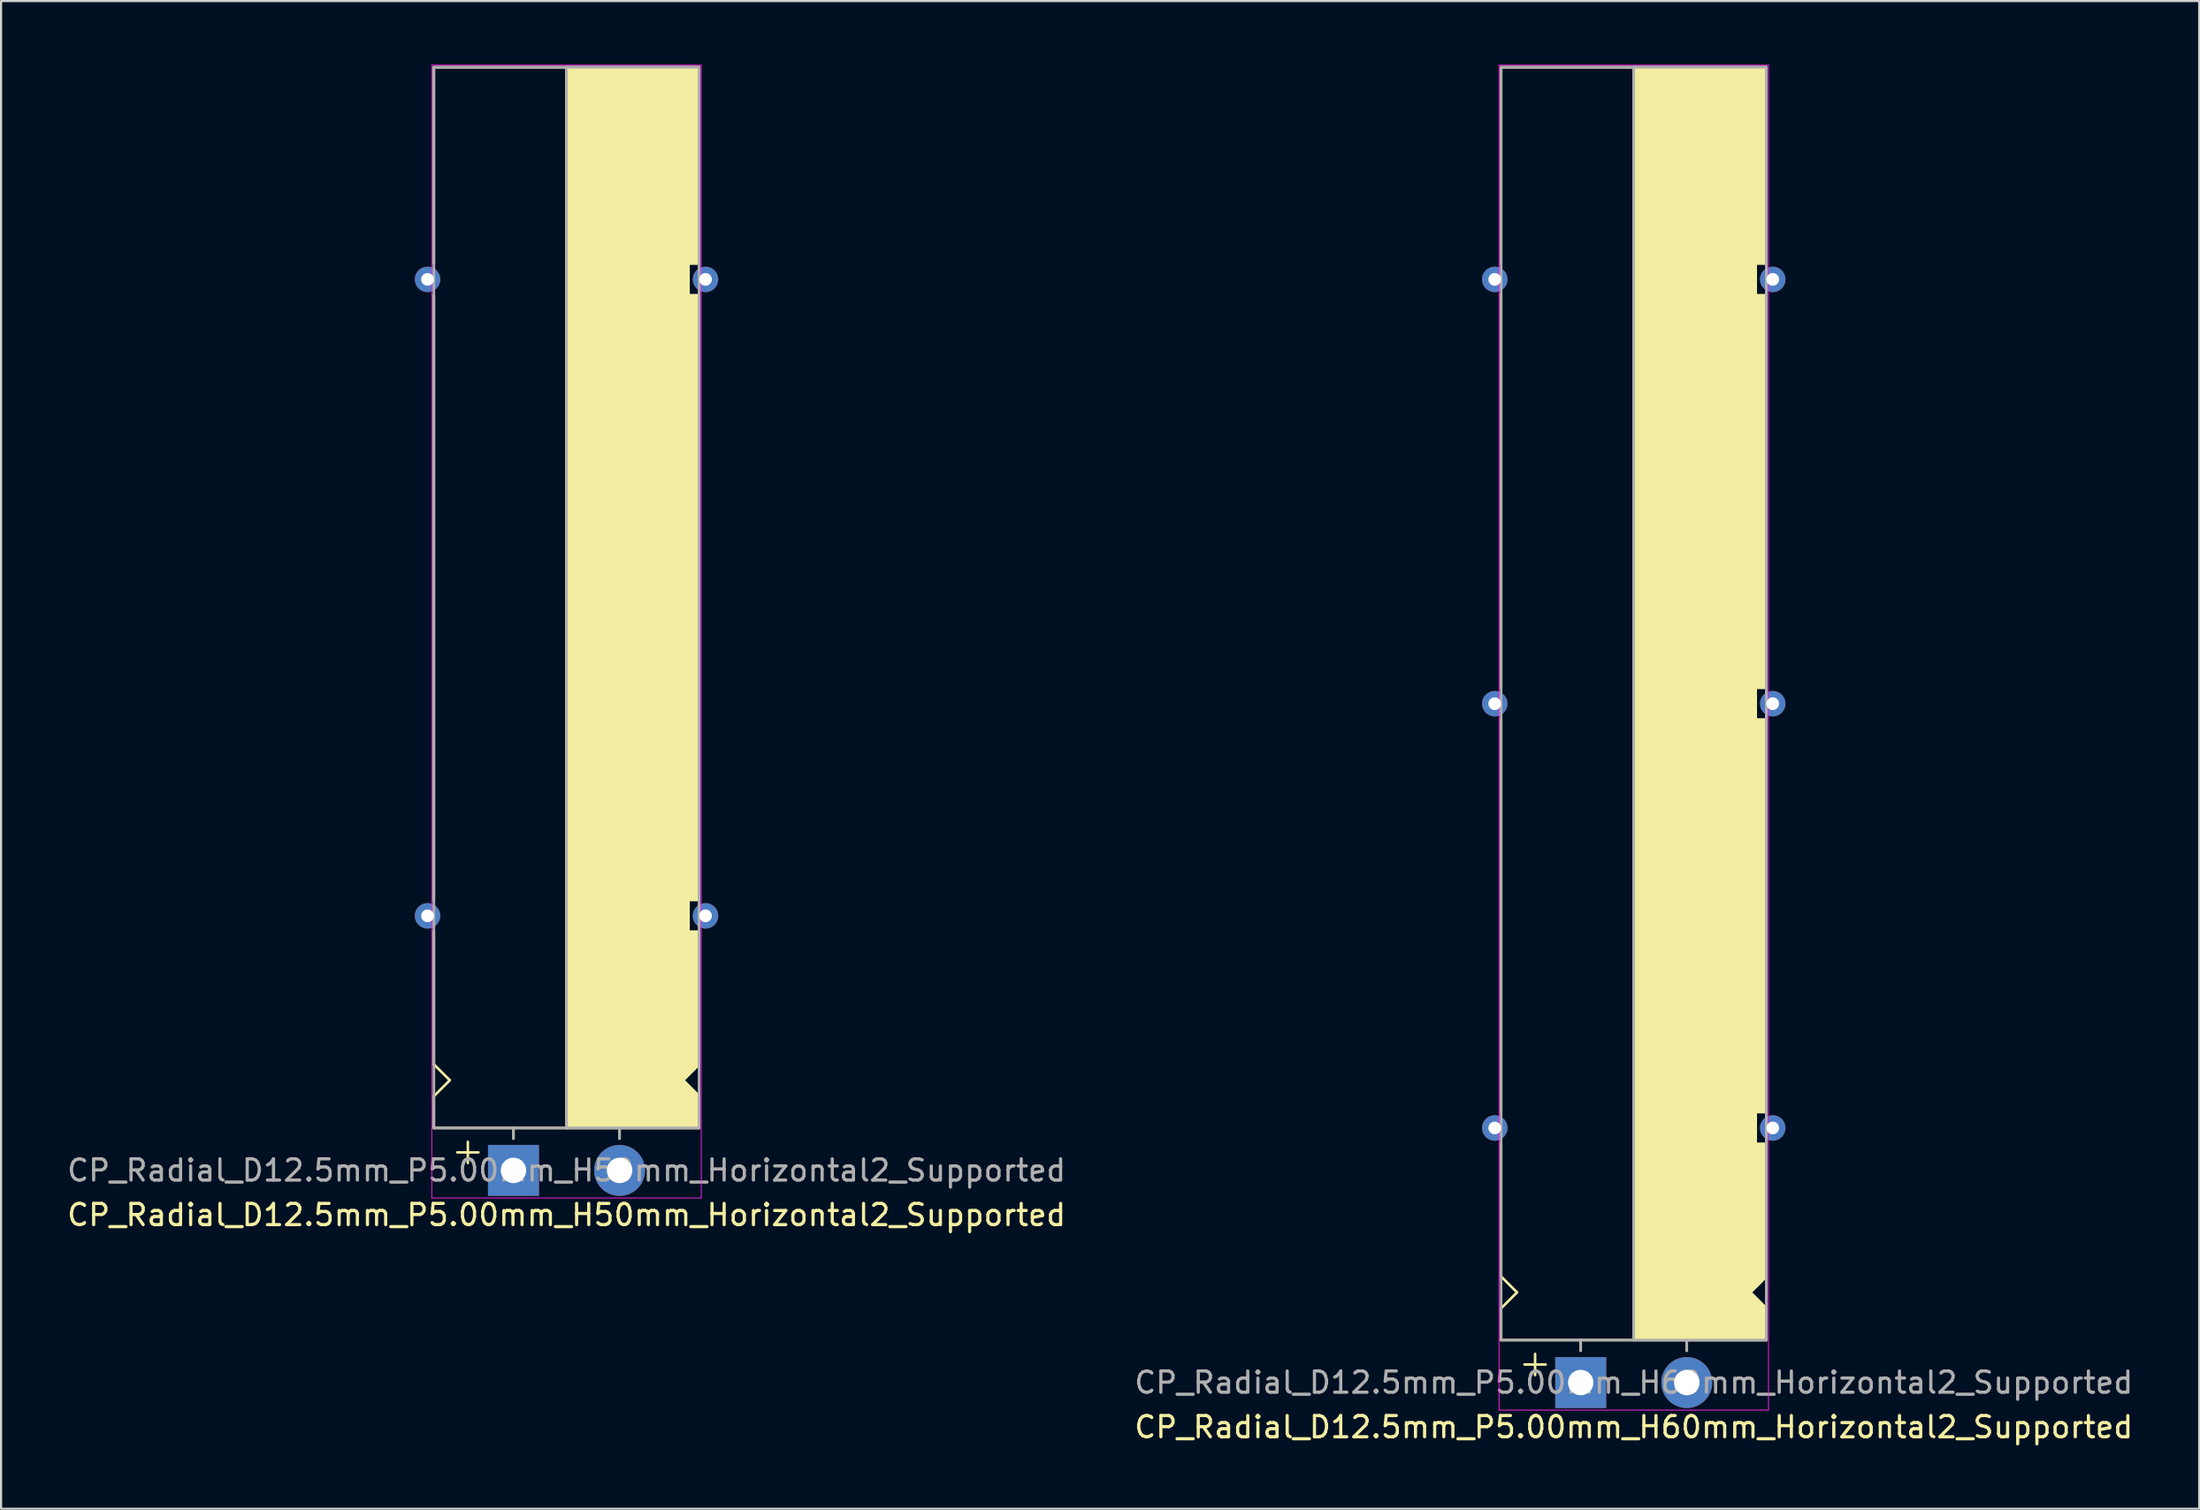
<source format=kicad_pcb>
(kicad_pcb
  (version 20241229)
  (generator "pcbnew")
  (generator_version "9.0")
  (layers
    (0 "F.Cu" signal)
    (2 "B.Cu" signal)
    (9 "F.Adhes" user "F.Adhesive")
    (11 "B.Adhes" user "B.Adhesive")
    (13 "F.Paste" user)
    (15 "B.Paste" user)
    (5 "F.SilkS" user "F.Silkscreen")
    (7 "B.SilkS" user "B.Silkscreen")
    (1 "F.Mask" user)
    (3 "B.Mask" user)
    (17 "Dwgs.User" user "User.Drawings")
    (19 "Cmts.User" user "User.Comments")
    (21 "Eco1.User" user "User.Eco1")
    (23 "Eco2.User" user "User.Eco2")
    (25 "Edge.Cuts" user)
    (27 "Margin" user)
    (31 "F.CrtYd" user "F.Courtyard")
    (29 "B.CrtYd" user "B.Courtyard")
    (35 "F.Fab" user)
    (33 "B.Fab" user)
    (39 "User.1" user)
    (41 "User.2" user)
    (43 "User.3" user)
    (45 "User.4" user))
  (footprint "CP_Radial_D12.5mm_P5.00mm_H60mm_Horizontal2_Supported"
    (layer "F.Cu")
    (at 71.446 62.12)
    (property "Reference" "CP_Radial_D12.5mm_P5.00mm_H60mm_Horizontal2_Supported" (at 2.5 2.1 180) (layer "F.SilkS") (effects (font (size 1 1) (thickness 0.15))))
    (attr through_hole)
    (fp_line (start -3.75 -62) (end -3.75 -52.75) (stroke (width 0.12) (type solid)) (layer "F.SilkS"))
    (fp_line (start -3.75 -32.75) (end -3.75 -51.25) (stroke (width 0.12) (type solid)) (layer "F.SilkS"))
    (fp_line (start -3.75 -12.75) (end -3.75 -31.25) (stroke (width 0.12) (type solid)) (layer "F.SilkS"))
    (fp_line (start -3.75 -5) (end -3.75 -11.25) (stroke (width 0.12) (type solid)) (layer "F.SilkS"))
    (fp_line (start -3.75 -3.5) (end -3 -4.25) (stroke (width 0.12) (type solid)) (layer "F.SilkS"))
    (fp_line (start -3.75 -2) (end -3.75 -3.5) (stroke (width 0.12) (type solid)) (layer "F.SilkS"))
    (fp_line (start -3 -4.25) (end -3.75 -5) (stroke (width 0.12) (type solid)) (layer "F.SilkS"))
    (fp_line (start -2.15 -1.35) (end -2.15 -0.35) (stroke (width 0.12) (type solid)) (layer "F.SilkS"))
    (fp_line (start -1.65 -0.85) (end -2.65 -0.85) (stroke (width 0.12) (type solid)) (layer "F.SilkS"))
    (fp_line (start 0 -1.5) (end 0 -2) (stroke (width 0.12) (type solid)) (layer "F.SilkS"))
    (fp_line (start 2.5 -2) (end -3.75 -2) (stroke (width 0.12) (type solid)) (layer "F.SilkS"))
    (fp_line (start 2.5 -2) (end 2.5 -62) (stroke (width 0.12) (type solid)) (layer "F.SilkS"))
    (fp_line (start 2.5 -2) (end 8.75 -2) (stroke (width 0.12) (type solid)) (layer "F.SilkS"))
    (fp_line (start 5 -1.5) (end 5 -2) (stroke (width 0.12) (type solid)) (layer "F.SilkS"))
    (fp_line (start 8 -4.25) (end 8.75 -5) (stroke (width 0.12) (type solid)) (layer "F.SilkS"))
    (fp_line (start 8.25 -52.75) (end 8.25 -51.25) (stroke (width 0.12) (type solid)) (layer "F.SilkS"))
    (fp_line (start 8.25 -51.25) (end 8.75 -51.25) (stroke (width 0.12) (type solid)) (layer "F.SilkS"))
    (fp_line (start 8.25 -32.75) (end 8.25 -31.25) (stroke (width 0.12) (type solid)) (layer "F.SilkS"))
    (fp_line (start 8.25 -31.25) (end 8.75 -31.25) (stroke (width 0.12) (type solid)) (layer "F.SilkS"))
    (fp_line (start 8.25 -12.75) (end 8.25 -11.25) (stroke (width 0.12) (type solid)) (layer "F.SilkS"))
    (fp_line (start 8.25 -11.25) (end 8.75 -11.25) (stroke (width 0.12) (type solid)) (layer "F.SilkS"))
    (fp_line (start 8.75 -62) (end -3.75 -62) (stroke (width 0.12) (type solid)) (layer "F.SilkS"))
    (fp_line (start 8.75 -62) (end 8.75 -52.75) (stroke (width 0.12) (type solid)) (layer "F.SilkS"))
    (fp_line (start 8.75 -52.75) (end 8.25 -52.75) (stroke (width 0.12) (type solid)) (layer "F.SilkS"))
    (fp_line (start 8.75 -51.25) (end 8.75 -32.75) (stroke (width 0.12) (type solid)) (layer "F.SilkS"))
    (fp_line (start 8.75 -32.75) (end 8.25 -32.75) (stroke (width 0.12) (type solid)) (layer "F.SilkS"))
    (fp_line (start 8.75 -12.75) (end 8.25 -12.75) (stroke (width 0.12) (type solid)) (layer "F.SilkS"))
    (fp_line (start 8.75 -12.75) (end 8.75 -31.25) (stroke (width 0.12) (type solid)) (layer "F.SilkS"))
    (fp_line (start 8.75 -5) (end 8.75 -11.25) (stroke (width 0.12) (type solid)) (layer "F.SilkS"))
    (fp_line (start 8.75 -3.5) (end 8 -4.25) (stroke (width 0.12) (type solid)) (layer "F.SilkS"))
    (fp_line (start 8.75 -2) (end 8.75 -3.5) (stroke (width 0.12) (type solid)) (layer "F.SilkS"))
    (fp_poly (pts (xy 8.75 -3.5) (xy 8 -4.25) (xy 8.75 -5) (xy 8.75 -11.25) (xy 8.25 -11.25) (xy 8.25 -12.75) (xy 8.75 -12.75) (xy 8.75 -31.25) (xy 8.25 -31.25) (xy 8.25 -32.75) (xy 8.75 -32.75) (xy 8.75 -51.25) (xy 8.25 -51.25) (xy 8.25 -52.75) (xy 8.75 -52.75) (xy 8.75 -62) (xy 2.5 -62) (xy 2.5 -2) (xy 8.75 -2)) (stroke (width 0.1) (type solid)) (fill yes) (layer "F.SilkS"))
    (fp_line (start -3.85 -62.1) (end -3.85 1.3) (stroke (width 0.04) (type solid)) (layer "F.CrtYd"))
    (fp_line (start 8.85 -62.1) (end -3.85 -62.1) (stroke (width 0.04) (type solid)) (layer "F.CrtYd"))
    (fp_line (start 8.85 1.3) (end -3.85 1.3) (stroke (width 0.04) (type solid)) (layer "F.CrtYd"))
    (fp_line (start 8.85 1.3) (end 8.85 -62.1) (stroke (width 0.04) (type solid)) (layer "F.CrtYd"))
    (fp_line (start -3.75 -62) (end 8.75 -62) (stroke (width 0.12) (type solid)) (layer "F.Fab"))
    (fp_line (start -3.75 -2) (end -3.75 -62) (stroke (width 0.12) (type solid)) (layer "F.Fab"))
    (fp_line (start 0 -2) (end -3.75 -2) (stroke (width 0.12) (type solid)) (layer "F.Fab"))
    (fp_line (start 0 -1.5) (end 0 -2) (stroke (width 0.12) (type solid)) (layer "F.Fab"))
    (fp_line (start 2.5 -2) (end 2.5 -62) (stroke (width 0.12) (type solid)) (layer "F.Fab"))
    (fp_line (start 5 -2) (end 5 -1.5) (stroke (width 0.12) (type solid)) (layer "F.Fab"))
    (fp_line (start 8.75 -62) (end 8.75 -2) (stroke (width 0.12) (type solid)) (layer "F.Fab"))
    (fp_line (start 8.75 -2) (end 0 -2) (stroke (width 0.12) (type solid)) (layer "F.Fab"))
    (fp_poly (pts (xy 8.75 -62) (xy 2.5 -62) (xy 2.5 -2) (xy 8.75 -2)) (stroke (width 0.1) (type solid)) (fill no) (layer "F.Fab"))
    (fp_text user "${REFERENCE}" (at 2.5 0 0) (layer "F.Fab") (effects (font (size 1 1) (thickness 0.15))))
    (pad "1" thru_hole rect (at 0 0) (size 2.4 2.4) (drill 1.2) (layers "*.Cu" "*.Mask"))
    (pad "2" thru_hole circle (at 5 0) (size 2.4 2.4) (drill 1.2) (layers "*.Cu" "*.Mask"))
    (pad "~" thru_hole circle (at -4.05 -52 180) (size 1.2 1.2) (drill 0.6) (layers "*.Cu" "*.Mask"))
    (pad "~" thru_hole circle (at -4.05 -32 180) (size 1.2 1.2) (drill 0.6) (layers "*.Cu" "*.Mask"))
    (pad "~" thru_hole circle (at -4.05 -12 180) (size 1.2 1.2) (drill 0.6) (layers "*.Cu" "*.Mask"))
    (pad "~" thru_hole circle (at 9.05 -52 180) (size 1.2 1.2) (drill 0.6) (layers "*.Cu" "*.Mask"))
    (pad "~" thru_hole circle (at 9.05 -32 180) (size 1.2 1.2) (drill 0.6) (layers "*.Cu" "*.Mask"))
    (pad "~" thru_hole circle (at 9.05 -12 180) (size 1.2 1.2) (drill 0.6) (layers "*.Cu" "*.Mask")))
  (footprint "CP_Radial_D12.5mm_P5.00mm_H50mm_Horizontal2_Supported"
    (layer "F.Cu")
    (at 21.149 52.12)
    (property "Reference" "CP_Radial_D12.5mm_P5.00mm_H50mm_Horizontal2_Supported" (at 2.5 2.1 180) (layer "F.SilkS") (effects (font (size 1 1) (thickness 0.15))))
    (attr through_hole)
    (fp_line (start -3.75 -52) (end -3.75 -42.75) (stroke (width 0.12) (type solid)) (layer "F.SilkS"))
    (fp_line (start -3.75 -12.75) (end -3.75 -41.25) (stroke (width 0.12) (type solid)) (layer "F.SilkS"))
    (fp_line (start -3.75 -5) (end -3.75 -11.25) (stroke (width 0.12) (type solid)) (layer "F.SilkS"))
    (fp_line (start -3.75 -3.5) (end -3 -4.25) (stroke (width 0.12) (type solid)) (layer "F.SilkS"))
    (fp_line (start -3.75 -2) (end -3.75 -3.5) (stroke (width 0.12) (type solid)) (layer "F.SilkS"))
    (fp_line (start -3 -4.25) (end -3.75 -5) (stroke (width 0.12) (type solid)) (layer "F.SilkS"))
    (fp_line (start -2.15 -1.35) (end -2.15 -0.35) (stroke (width 0.12) (type solid)) (layer "F.SilkS"))
    (fp_line (start -1.65 -0.85) (end -2.65 -0.85) (stroke (width 0.12) (type solid)) (layer "F.SilkS"))
    (fp_line (start 0 -1.5) (end 0 -2) (stroke (width 0.12) (type solid)) (layer "F.SilkS"))
    (fp_line (start 2.5 -2) (end -3.75 -2) (stroke (width 0.12) (type solid)) (layer "F.SilkS"))
    (fp_line (start 2.5 -2) (end 2.5 -52) (stroke (width 0.12) (type solid)) (layer "F.SilkS"))
    (fp_line (start 2.5 -2) (end 8.75 -2) (stroke (width 0.12) (type solid)) (layer "F.SilkS"))
    (fp_line (start 5 -1.5) (end 5 -2) (stroke (width 0.12) (type solid)) (layer "F.SilkS"))
    (fp_line (start 8 -4.25) (end 8.75 -5) (stroke (width 0.12) (type solid)) (layer "F.SilkS"))
    (fp_line (start 8.25 -42.75) (end 8.25 -41.25) (stroke (width 0.12) (type solid)) (layer "F.SilkS"))
    (fp_line (start 8.25 -41.25) (end 8.75 -41.25) (stroke (width 0.12) (type solid)) (layer "F.SilkS"))
    (fp_line (start 8.25 -12.75) (end 8.25 -11.25) (stroke (width 0.12) (type solid)) (layer "F.SilkS"))
    (fp_line (start 8.25 -11.25) (end 8.75 -11.25) (stroke (width 0.12) (type solid)) (layer "F.SilkS"))
    (fp_line (start 8.75 -52) (end -3.75 -52) (stroke (width 0.12) (type solid)) (layer "F.SilkS"))
    (fp_line (start 8.75 -52) (end 8.75 -42.75) (stroke (width 0.12) (type solid)) (layer "F.SilkS"))
    (fp_line (start 8.75 -42.75) (end 8.25 -42.75) (stroke (width 0.12) (type solid)) (layer "F.SilkS"))
    (fp_line (start 8.75 -12.75) (end 8.25 -12.75) (stroke (width 0.12) (type solid)) (layer "F.SilkS"))
    (fp_line (start 8.75 -12.75) (end 8.75 -41.25) (stroke (width 0.12) (type solid)) (layer "F.SilkS"))
    (fp_line (start 8.75 -5) (end 8.75 -11.25) (stroke (width 0.12) (type solid)) (layer "F.SilkS"))
    (fp_line (start 8.75 -3.5) (end 8 -4.25) (stroke (width 0.12) (type solid)) (layer "F.SilkS"))
    (fp_line (start 8.75 -2) (end 8.75 -3.5) (stroke (width 0.12) (type solid)) (layer "F.SilkS"))
    (fp_poly (pts (xy 8.75 -3.5) (xy 8 -4.25) (xy 8.75 -5) (xy 8.75 -11.25) (xy 8.25 -11.25) (xy 8.25 -12.75) (xy 8.75 -12.75) (xy 8.75 -41.25) (xy 8.25 -41.25) (xy 8.25 -42.75) (xy 8.75 -42.75) (xy 8.75 -52) (xy 2.5 -52) (xy 2.5 -2) (xy 8.75 -2)) (stroke (width 0.1) (type solid)) (fill yes) (layer "F.SilkS"))
    (fp_line (start -3.85 -52.1) (end -3.85 1.3) (stroke (width 0.04) (type solid)) (layer "F.CrtYd"))
    (fp_line (start 8.85 -52.1) (end -3.85 -52.1) (stroke (width 0.04) (type solid)) (layer "F.CrtYd"))
    (fp_line (start 8.85 1.3) (end -3.85 1.3) (stroke (width 0.04) (type solid)) (layer "F.CrtYd"))
    (fp_line (start 8.85 1.3) (end 8.85 -52.1) (stroke (width 0.04) (type solid)) (layer "F.CrtYd"))
    (fp_line (start -3.75 -52) (end 8.75 -52) (stroke (width 0.12) (type solid)) (layer "F.Fab"))
    (fp_line (start -3.75 -2) (end -3.75 -52) (stroke (width 0.12) (type solid)) (layer "F.Fab"))
    (fp_line (start 0 -2) (end -3.75 -2) (stroke (width 0.12) (type solid)) (layer "F.Fab"))
    (fp_line (start 0 -1.5) (end 0 -2) (stroke (width 0.12) (type solid)) (layer "F.Fab"))
    (fp_line (start 2.5 -2) (end 2.5 -52) (stroke (width 0.12) (type solid)) (layer "F.Fab"))
    (fp_line (start 5 -2) (end 5 -1.5) (stroke (width 0.12) (type solid)) (layer "F.Fab"))
    (fp_line (start 8.75 -52) (end 8.75 -2) (stroke (width 0.12) (type solid)) (layer "F.Fab"))
    (fp_line (start 8.75 -2) (end 0 -2) (stroke (width 0.12) (type solid)) (layer "F.Fab"))
    (fp_poly (pts (xy 8.75 -52) (xy 2.5 -52) (xy 2.5 -2) (xy 8.75 -2)) (stroke (width 0.1) (type solid)) (fill no) (layer "F.Fab"))
    (fp_text user "${REFERENCE}" (at 2.5 0 0) (layer "F.Fab") (effects (font (size 1 1) (thickness 0.15))))
    (pad "1" thru_hole rect (at 0 0) (size 2.4 2.4) (drill 1.2) (layers "*.Cu" "*.Mask"))
    (pad "2" thru_hole circle (at 5 0) (size 2.4 2.4) (drill 1.2) (layers "*.Cu" "*.Mask"))
    (pad "~" thru_hole circle (at -4.05 -42 180) (size 1.2 1.2) (drill 0.6) (layers "*.Cu" "*.Mask"))
    (pad "~" thru_hole circle (at -4.05 -12 180) (size 1.2 1.2) (drill 0.6) (layers "*.Cu" "*.Mask"))
    (pad "~" thru_hole circle (at 9.05 -42 180) (size 1.2 1.2) (drill 0.6) (layers "*.Cu" "*.Mask"))
    (pad "~" thru_hole circle (at 9.05 -12 180) (size 1.2 1.2) (drill 0.6) (layers "*.Cu" "*.Mask")))
  (gr_rect
    (start -3 -3)
    (end 100.595 68.068)
    (stroke (width 0.1) (type default))
    (fill no)
    (layer "Edge.Cuts")))
</source>
